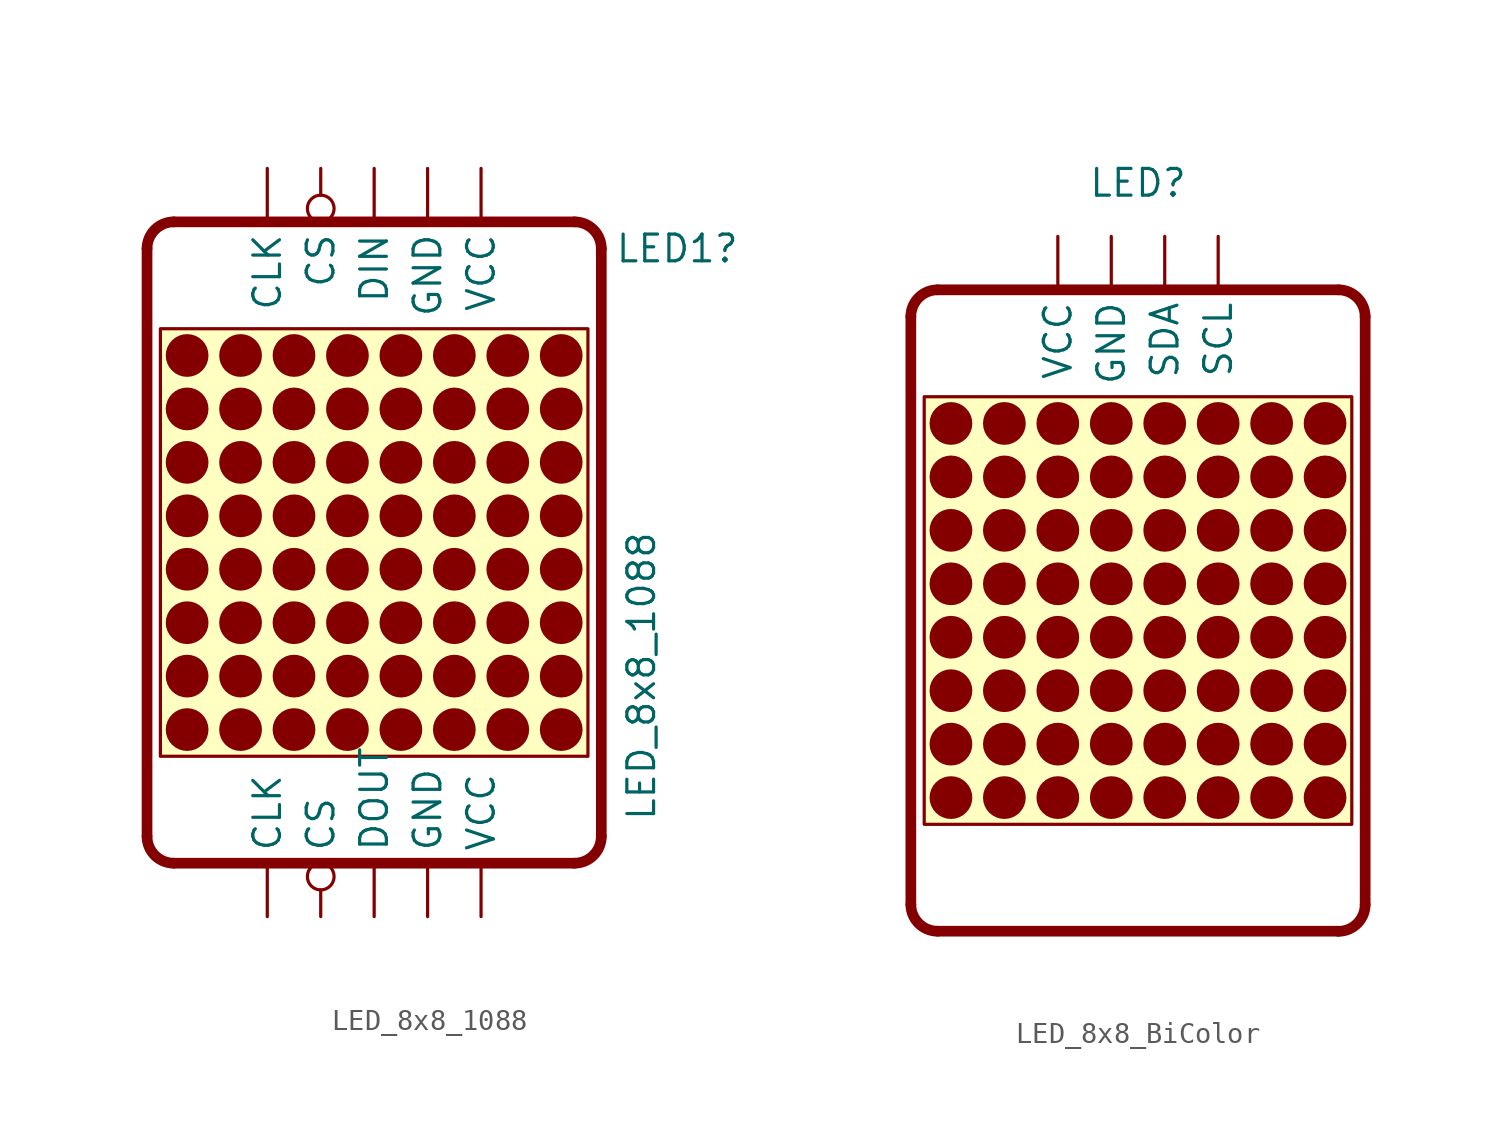
<source format=kicad_sym>
(kicad_symbol_lib
  (version 20231120)
  (generator "kicad_symbol_editor")
  (generator_version "8.0")
  (symbol "LED_8x8_1088"
    (pin_numbers hide)
    (property "Reference" "LED1"
      (at 11.43 -1.27 0)
      (effects (font (size 1.27 1.27)) (justify left)))
    (property "Value" "LED_8x8_1088"
      (at 12.7 -21.59 90)
      (effects (font (size 1.27 1.27))))
    (symbol "LED_8x8_1088_1_1"
      (arc (start -10.795 -29.21) (mid -10.423 -30.108) (end -9.525 -30.48) (stroke (width 0.508) (type default)) (fill (type none)))
      (rectangle (start -10.16 -5.08) (end 10.16 -25.4) (stroke (width 0) (type default)) (fill (type background)))
      (arc (start -9.525 0) (mid -10.423 -0.372) (end -10.795 -1.27) (stroke (width 0.508) (type default)) (fill (type none)))
      (circle (center -8.89 -24.13) (radius 0.635) (stroke (width 0.762) (type default)) (fill (type outline)))
      (circle (center -8.89 -21.59) (radius 0.635) (stroke (width 0.762) (type default)) (fill (type outline)))
      (circle (center -8.89 -19.05) (radius 0.635) (stroke (width 0.762) (type default)) (fill (type outline)))
      (circle (center -8.89 -16.51) (radius 0.635) (stroke (width 0.762) (type default)) (fill (type outline)))
      (circle (center -8.89 -13.97) (radius 0.635) (stroke (width 0.762) (type default)) (fill (type outline)))
      (circle (center -8.89 -11.43) (radius 0.635) (stroke (width 0.762) (type default)) (fill (type outline)))
      (circle (center -8.89 -8.89) (radius 0.635) (stroke (width 0.762) (type default)) (fill (type outline)))
      (circle (center -8.89 -6.35) (radius 0.635) (stroke (width 0.762) (type default)) (fill (type outline)))
      (circle (center -6.35 -24.13) (radius 0.635) (stroke (width 0.762) (type default)) (fill (type outline)))
      (circle (center -6.35 -21.59) (radius 0.635) (stroke (width 0.762) (type default)) (fill (type outline)))
      (circle (center -6.35 -19.05) (radius 0.635) (stroke (width 0.762) (type default)) (fill (type outline)))
      (circle (center -6.35 -16.51) (radius 0.635) (stroke (width 0.762) (type default)) (fill (type outline)))
      (circle (center -6.35 -13.97) (radius 0.635) (stroke (width 0.762) (type default)) (fill (type outline)))
      (circle (center -6.35 -11.43) (radius 0.635) (stroke (width 0.762) (type default)) (fill (type outline)))
      (circle (center -6.35 -8.89) (radius 0.635) (stroke (width 0.762) (type default)) (fill (type outline)))
      (circle (center -6.35 -6.35) (radius 0.635) (stroke (width 0.762) (type default)) (fill (type outline)))
      (circle (center -3.81 -24.13) (radius 0.635) (stroke (width 0.762) (type default)) (fill (type outline)))
      (circle (center -3.81 -21.59) (radius 0.635) (stroke (width 0.762) (type default)) (fill (type outline)))
      (circle (center -3.81 -19.05) (radius 0.635) (stroke (width 0.762) (type default)) (fill (type outline)))
      (circle (center -3.81 -16.51) (radius 0.635) (stroke (width 0.762) (type default)) (fill (type outline)))
      (circle (center -3.81 -13.97) (radius 0.635) (stroke (width 0.762) (type default)) (fill (type outline)))
      (circle (center -3.81 -11.43) (radius 0.635) (stroke (width 0.762) (type default)) (fill (type outline)))
      (circle (center -3.81 -8.89) (radius 0.635) (stroke (width 0.762) (type default)) (fill (type outline)))
      (circle (center -3.81 -6.35) (radius 0.635) (stroke (width 0.762) (type default)) (fill (type outline)))
      (circle (center -1.27 -24.13) (radius 0.635) (stroke (width 0.762) (type default)) (fill (type outline)))
      (circle (center -1.27 -21.59) (radius 0.635) (stroke (width 0.762) (type default)) (fill (type outline)))
      (circle (center -1.27 -19.05) (radius 0.635) (stroke (width 0.762) (type default)) (fill (type outline)))
      (circle (center -1.27 -16.51) (radius 0.635) (stroke (width 0.762) (type default)) (fill (type outline)))
      (circle (center -1.27 -13.97) (radius 0.635) (stroke (width 0.762) (type default)) (fill (type outline)))
      (circle (center -1.27 -11.43) (radius 0.635) (stroke (width 0.762) (type default)) (fill (type outline)))
      (circle (center -1.27 -8.89) (radius 0.635) (stroke (width 0.762) (type default)) (fill (type outline)))
      (circle (center -1.27 -6.35) (radius 0.635) (stroke (width 0.762) (type default)) (fill (type outline)))
      (polyline (pts (xy -10.795 -1.27) (xy -10.795 -29.21)) (stroke (width 0.508) (type default)) (fill (type none)))
      (polyline (pts (xy -9.525 -30.48) (xy 9.525 -30.48)) (stroke (width 0.508) (type default)) (fill (type background)))
      (polyline (pts (xy 9.525 0) (xy -9.525 0)) (stroke (width 0.508) (type default)) (fill (type none)))
      (polyline (pts (xy 10.795 -29.21) (xy 10.795 -1.27)) (stroke (width 0.508) (type default)) (fill (type none)))
      (circle (center 1.27 -24.13) (radius 0.635) (stroke (width 0.762) (type default)) (fill (type outline)))
      (circle (center 1.27 -21.59) (radius 0.635) (stroke (width 0.762) (type default)) (fill (type outline)))
      (circle (center 1.27 -19.05) (radius 0.635) (stroke (width 0.762) (type default)) (fill (type outline)))
      (circle (center 1.27 -16.51) (radius 0.635) (stroke (width 0.762) (type default)) (fill (type outline)))
      (circle (center 1.27 -13.97) (radius 0.635) (stroke (width 0.762) (type default)) (fill (type outline)))
      (circle (center 1.27 -11.43) (radius 0.635) (stroke (width 0.762) (type default)) (fill (type outline)))
      (circle (center 1.27 -8.89) (radius 0.635) (stroke (width 0.762) (type default)) (fill (type outline)))
      (circle (center 1.27 -6.35) (radius 0.635) (stroke (width 0.762) (type default)) (fill (type outline)))
      (circle (center 3.81 -24.13) (radius 0.635) (stroke (width 0.762) (type default)) (fill (type outline)))
      (circle (center 3.81 -21.59) (radius 0.635) (stroke (width 0.762) (type default)) (fill (type outline)))
      (circle (center 3.81 -19.05) (radius 0.635) (stroke (width 0.762) (type default)) (fill (type outline)))
      (circle (center 3.81 -16.51) (radius 0.635) (stroke (width 0.762) (type default)) (fill (type outline)))
      (circle (center 3.81 -13.97) (radius 0.635) (stroke (width 0.762) (type default)) (fill (type outline)))
      (circle (center 3.81 -11.43) (radius 0.635) (stroke (width 0.762) (type default)) (fill (type outline)))
      (circle (center 3.81 -8.89) (radius 0.635) (stroke (width 0.762) (type default)) (fill (type outline)))
      (circle (center 3.81 -6.35) (radius 0.635) (stroke (width 0.762) (type default)) (fill (type outline)))
      (circle (center 6.35 -24.13) (radius 0.635) (stroke (width 0.762) (type default)) (fill (type outline)))
      (circle (center 6.35 -21.59) (radius 0.635) (stroke (width 0.762) (type default)) (fill (type outline)))
      (circle (center 6.35 -19.05) (radius 0.635) (stroke (width 0.762) (type default)) (fill (type outline)))
      (circle (center 6.35 -16.51) (radius 0.635) (stroke (width 0.762) (type default)) (fill (type outline)))
      (circle (center 6.35 -13.97) (radius 0.635) (stroke (width 0.762) (type default)) (fill (type outline)))
      (circle (center 6.35 -11.43) (radius 0.635) (stroke (width 0.762) (type default)) (fill (type outline)))
      (circle (center 6.35 -8.89) (radius 0.635) (stroke (width 0.762) (type default)) (fill (type outline)))
      (circle (center 6.35 -6.35) (radius 0.635) (stroke (width 0.762) (type default)) (fill (type outline)))
      (circle (center 8.89 -24.13) (radius 0.635) (stroke (width 0.762) (type default)) (fill (type outline)))
      (circle (center 8.89 -21.59) (radius 0.635) (stroke (width 0.762) (type default)) (fill (type outline)))
      (circle (center 8.89 -19.05) (radius 0.635) (stroke (width 0.762) (type default)) (fill (type outline)))
      (circle (center 8.89 -16.51) (radius 0.635) (stroke (width 0.762) (type default)) (fill (type outline)))
      (circle (center 8.89 -13.97) (radius 0.635) (stroke (width 0.762) (type default)) (fill (type outline)))
      (circle (center 8.89 -11.43) (radius 0.635) (stroke (width 0.762) (type default)) (fill (type outline)))
      (circle (center 8.89 -8.89) (radius 0.635) (stroke (width 0.762) (type default)) (fill (type outline)))
      (circle (center 8.89 -6.35) (radius 0.635) (stroke (width 0.762) (type default)) (fill (type outline)))
      (arc (start 9.525 -30.48) (mid 10.423 -30.108) (end 10.795 -29.21) (stroke (width 0.508) (type default)) (fill (type none)))
      (arc (start 10.795 -1.27) (mid 10.423 -0.372) (end 9.525 0) (stroke (width 0.508) (type default)) (fill (type none)))
      (pin passive line (at -5.08 2.54 270) (length 2.54) (name "CLK" (effects (font (size 1.27 1.27)))) (number "CLK1" (effects (font (size 1.27 1.27)))))
      (pin passive line (at -5.08 -33.02 90) (length 2.54) (name "CLK" (effects (font (size 1.27 1.27)))) (number "CLK2" (effects (font (size 1.27 1.27)))))
      (pin passive inverted (at -2.54 2.54 270) (length 2.54) (name "CS" (effects (font (size 1.27 1.27)))) (number "CS1" (effects (font (size 1.27 1.27)))))
      (pin passive inverted (at -2.54 -33.02 90) (length 2.54) (name "CS" (effects (font (size 1.27 1.27)))) (number "CS2" (effects (font (size 1.27 1.27)))))
      (pin passive line (at 0 2.54 270) (length 2.54) (name "DIN" (effects (font (size 1.27 1.27)))) (number "DIN" (effects (font (size 1.27 1.27)))))
      (pin passive line (at 0 -33.02 90) (length 2.54) (name "DOUT" (effects (font (size 1.27 1.27)))) (number "DOUT" (effects (font (size 1.27 1.27)))))
      (pin passive line (at 2.54 2.54 270) (length 2.54) (name "GND" (effects (font (size 1.27 1.27)))) (number "GND1" (effects (font (size 1.27 1.27)))))
      (pin passive line (at 2.54 -33.02 90) (length 2.54) (name "GND" (effects (font (size 1.27 1.27)))) (number "GND2" (effects (font (size 1.27 1.27)))))
      (pin passive line (at 5.08 2.54 270) (length 2.54) (name "VCC" (effects (font (size 1.27 1.27)))) (number "VCC1" (effects (font (size 1.27 1.27)))))
      (pin passive line (at 5.08 -33.02 90) (length 2.54) (name "VCC" (effects (font (size 1.27 1.27)))) (number "VCC2" (effects (font (size 1.27 1.27)))))))
  (symbol "LED_8x8_BiColor"
    (pin_numbers hide)
    (property "Reference" "LED"
      (at 0 5.08 0)
      (effects (font (size 1.27 1.27))))
    (property "Value" ""
      (at 0 0 0)
      (effects (font (size 1.27 1.27))))
    (symbol "LED_8x8_BiColor_1_1"
      (arc (start -10.795 -29.21) (mid -10.423 -30.108) (end -9.525 -30.48) (stroke (width 0.508) (type default)) (fill (type none)))
      (rectangle (start -10.16 -5.08) (end 10.16 -25.4) (stroke (width 0) (type default)) (fill (type background)))
      (arc (start -9.525 0) (mid -10.423 -0.372) (end -10.795 -1.27) (stroke (width 0.508) (type default)) (fill (type none)))
      (circle (center -8.89 -24.13) (radius 0.635) (stroke (width 0.762) (type default)) (fill (type outline)))
      (circle (center -8.89 -21.59) (radius 0.635) (stroke (width 0.762) (type default)) (fill (type outline)))
      (circle (center -8.89 -19.05) (radius 0.635) (stroke (width 0.762) (type default)) (fill (type outline)))
      (circle (center -8.89 -16.51) (radius 0.635) (stroke (width 0.762) (type default)) (fill (type outline)))
      (circle (center -8.89 -13.97) (radius 0.635) (stroke (width 0.762) (type default)) (fill (type outline)))
      (circle (center -8.89 -11.43) (radius 0.635) (stroke (width 0.762) (type default)) (fill (type outline)))
      (circle (center -8.89 -8.89) (radius 0.635) (stroke (width 0.762) (type default)) (fill (type outline)))
      (circle (center -8.89 -6.35) (radius 0.635) (stroke (width 0.762) (type default)) (fill (type outline)))
      (circle (center -6.35 -24.13) (radius 0.635) (stroke (width 0.762) (type default)) (fill (type outline)))
      (circle (center -6.35 -21.59) (radius 0.635) (stroke (width 0.762) (type default)) (fill (type outline)))
      (circle (center -6.35 -19.05) (radius 0.635) (stroke (width 0.762) (type default)) (fill (type outline)))
      (circle (center -6.35 -16.51) (radius 0.635) (stroke (width 0.762) (type default)) (fill (type outline)))
      (circle (center -6.35 -13.97) (radius 0.635) (stroke (width 0.762) (type default)) (fill (type outline)))
      (circle (center -6.35 -11.43) (radius 0.635) (stroke (width 0.762) (type default)) (fill (type outline)))
      (circle (center -6.35 -8.89) (radius 0.635) (stroke (width 0.762) (type default)) (fill (type outline)))
      (circle (center -6.35 -6.35) (radius 0.635) (stroke (width 0.762) (type default)) (fill (type outline)))
      (circle (center -3.81 -24.13) (radius 0.635) (stroke (width 0.762) (type default)) (fill (type outline)))
      (circle (center -3.81 -21.59) (radius 0.635) (stroke (width 0.762) (type default)) (fill (type outline)))
      (circle (center -3.81 -19.05) (radius 0.635) (stroke (width 0.762) (type default)) (fill (type outline)))
      (circle (center -3.81 -16.51) (radius 0.635) (stroke (width 0.762) (type default)) (fill (type outline)))
      (circle (center -3.81 -13.97) (radius 0.635) (stroke (width 0.762) (type default)) (fill (type outline)))
      (circle (center -3.81 -11.43) (radius 0.635) (stroke (width 0.762) (type default)) (fill (type outline)))
      (circle (center -3.81 -8.89) (radius 0.635) (stroke (width 0.762) (type default)) (fill (type outline)))
      (circle (center -3.81 -6.35) (radius 0.635) (stroke (width 0.762) (type default)) (fill (type outline)))
      (circle (center -1.27 -24.13) (radius 0.635) (stroke (width 0.762) (type default)) (fill (type outline)))
      (circle (center -1.27 -21.59) (radius 0.635) (stroke (width 0.762) (type default)) (fill (type outline)))
      (circle (center -1.27 -19.05) (radius 0.635) (stroke (width 0.762) (type default)) (fill (type outline)))
      (circle (center -1.27 -16.51) (radius 0.635) (stroke (width 0.762) (type default)) (fill (type outline)))
      (circle (center -1.27 -13.97) (radius 0.635) (stroke (width 0.762) (type default)) (fill (type outline)))
      (circle (center -1.27 -11.43) (radius 0.635) (stroke (width 0.762) (type default)) (fill (type outline)))
      (circle (center -1.27 -8.89) (radius 0.635) (stroke (width 0.762) (type default)) (fill (type outline)))
      (circle (center -1.27 -6.35) (radius 0.635) (stroke (width 0.762) (type default)) (fill (type outline)))
      (polyline (pts (xy -10.795 -1.27) (xy -10.795 -29.21)) (stroke (width 0.508) (type default)) (fill (type none)))
      (polyline (pts (xy -9.525 -30.48) (xy 9.525 -30.48)) (stroke (width 0.508) (type default)) (fill (type background)))
      (polyline (pts (xy 9.525 0) (xy -9.525 0)) (stroke (width 0.508) (type default)) (fill (type none)))
      (polyline (pts (xy 10.795 -29.21) (xy 10.795 -1.27)) (stroke (width 0.508) (type default)) (fill (type none)))
      (circle (center 1.27 -24.13) (radius 0.635) (stroke (width 0.762) (type default)) (fill (type outline)))
      (circle (center 1.27 -21.59) (radius 0.635) (stroke (width 0.762) (type default)) (fill (type outline)))
      (circle (center 1.27 -19.05) (radius 0.635) (stroke (width 0.762) (type default)) (fill (type outline)))
      (circle (center 1.27 -16.51) (radius 0.635) (stroke (width 0.762) (type default)) (fill (type outline)))
      (circle (center 1.27 -13.97) (radius 0.635) (stroke (width 0.762) (type default)) (fill (type outline)))
      (circle (center 1.27 -11.43) (radius 0.635) (stroke (width 0.762) (type default)) (fill (type outline)))
      (circle (center 1.27 -8.89) (radius 0.635) (stroke (width 0.762) (type default)) (fill (type outline)))
      (circle (center 1.27 -6.35) (radius 0.635) (stroke (width 0.762) (type default)) (fill (type outline)))
      (circle (center 3.81 -24.13) (radius 0.635) (stroke (width 0.762) (type default)) (fill (type outline)))
      (circle (center 3.81 -21.59) (radius 0.635) (stroke (width 0.762) (type default)) (fill (type outline)))
      (circle (center 3.81 -19.05) (radius 0.635) (stroke (width 0.762) (type default)) (fill (type outline)))
      (circle (center 3.81 -16.51) (radius 0.635) (stroke (width 0.762) (type default)) (fill (type outline)))
      (circle (center 3.81 -13.97) (radius 0.635) (stroke (width 0.762) (type default)) (fill (type outline)))
      (circle (center 3.81 -11.43) (radius 0.635) (stroke (width 0.762) (type default)) (fill (type outline)))
      (circle (center 3.81 -8.89) (radius 0.635) (stroke (width 0.762) (type default)) (fill (type outline)))
      (circle (center 3.81 -6.35) (radius 0.635) (stroke (width 0.762) (type default)) (fill (type outline)))
      (circle (center 6.35 -24.13) (radius 0.635) (stroke (width 0.762) (type default)) (fill (type outline)))
      (circle (center 6.35 -21.59) (radius 0.635) (stroke (width 0.762) (type default)) (fill (type outline)))
      (circle (center 6.35 -19.05) (radius 0.635) (stroke (width 0.762) (type default)) (fill (type outline)))
      (circle (center 6.35 -16.51) (radius 0.635) (stroke (width 0.762) (type default)) (fill (type outline)))
      (circle (center 6.35 -13.97) (radius 0.635) (stroke (width 0.762) (type default)) (fill (type outline)))
      (circle (center 6.35 -11.43) (radius 0.635) (stroke (width 0.762) (type default)) (fill (type outline)))
      (circle (center 6.35 -8.89) (radius 0.635) (stroke (width 0.762) (type default)) (fill (type outline)))
      (circle (center 6.35 -6.35) (radius 0.635) (stroke (width 0.762) (type default)) (fill (type outline)))
      (circle (center 8.89 -24.13) (radius 0.635) (stroke (width 0.762) (type default)) (fill (type outline)))
      (circle (center 8.89 -21.59) (radius 0.635) (stroke (width 0.762) (type default)) (fill (type outline)))
      (circle (center 8.89 -19.05) (radius 0.635) (stroke (width 0.762) (type default)) (fill (type outline)))
      (circle (center 8.89 -16.51) (radius 0.635) (stroke (width 0.762) (type default)) (fill (type outline)))
      (circle (center 8.89 -13.97) (radius 0.635) (stroke (width 0.762) (type default)) (fill (type outline)))
      (circle (center 8.89 -11.43) (radius 0.635) (stroke (width 0.762) (type default)) (fill (type outline)))
      (circle (center 8.89 -8.89) (radius 0.635) (stroke (width 0.762) (type default)) (fill (type outline)))
      (circle (center 8.89 -6.35) (radius 0.635) (stroke (width 0.762) (type default)) (fill (type outline)))
      (arc (start 9.525 -30.48) (mid 10.423 -30.108) (end 10.795 -29.21) (stroke (width 0.508) (type default)) (fill (type none)))
      (arc (start 10.795 -1.27) (mid 10.423 -0.372) (end 9.525 0) (stroke (width 0.508) (type default)) (fill (type none)))
      (pin passive line (at -1.27 2.54 270) (length 2.54) (name "GND" (effects (font (size 1.27 1.27)))) (number "GND" (effects (font (size 1.27 1.27)))))
      (pin passive line (at 3.81 2.54 270) (length 2.54) (name "SCL" (effects (font (size 1.27 1.27)))) (number "SCL" (effects (font (size 1.27 1.27)))))
      (pin passive line (at 1.27 2.54 270) (length 2.54) (name "SDA" (effects (font (size 1.27 1.27)))) (number "SDA" (effects (font (size 1.27 1.27)))))
      (pin passive line (at -3.81 2.54 270) (length 2.54) (name "VCC" (effects (font (size 1.27 1.27)))) (number "VCC" (effects (font (size 1.27 1.27))))))))
</source>
